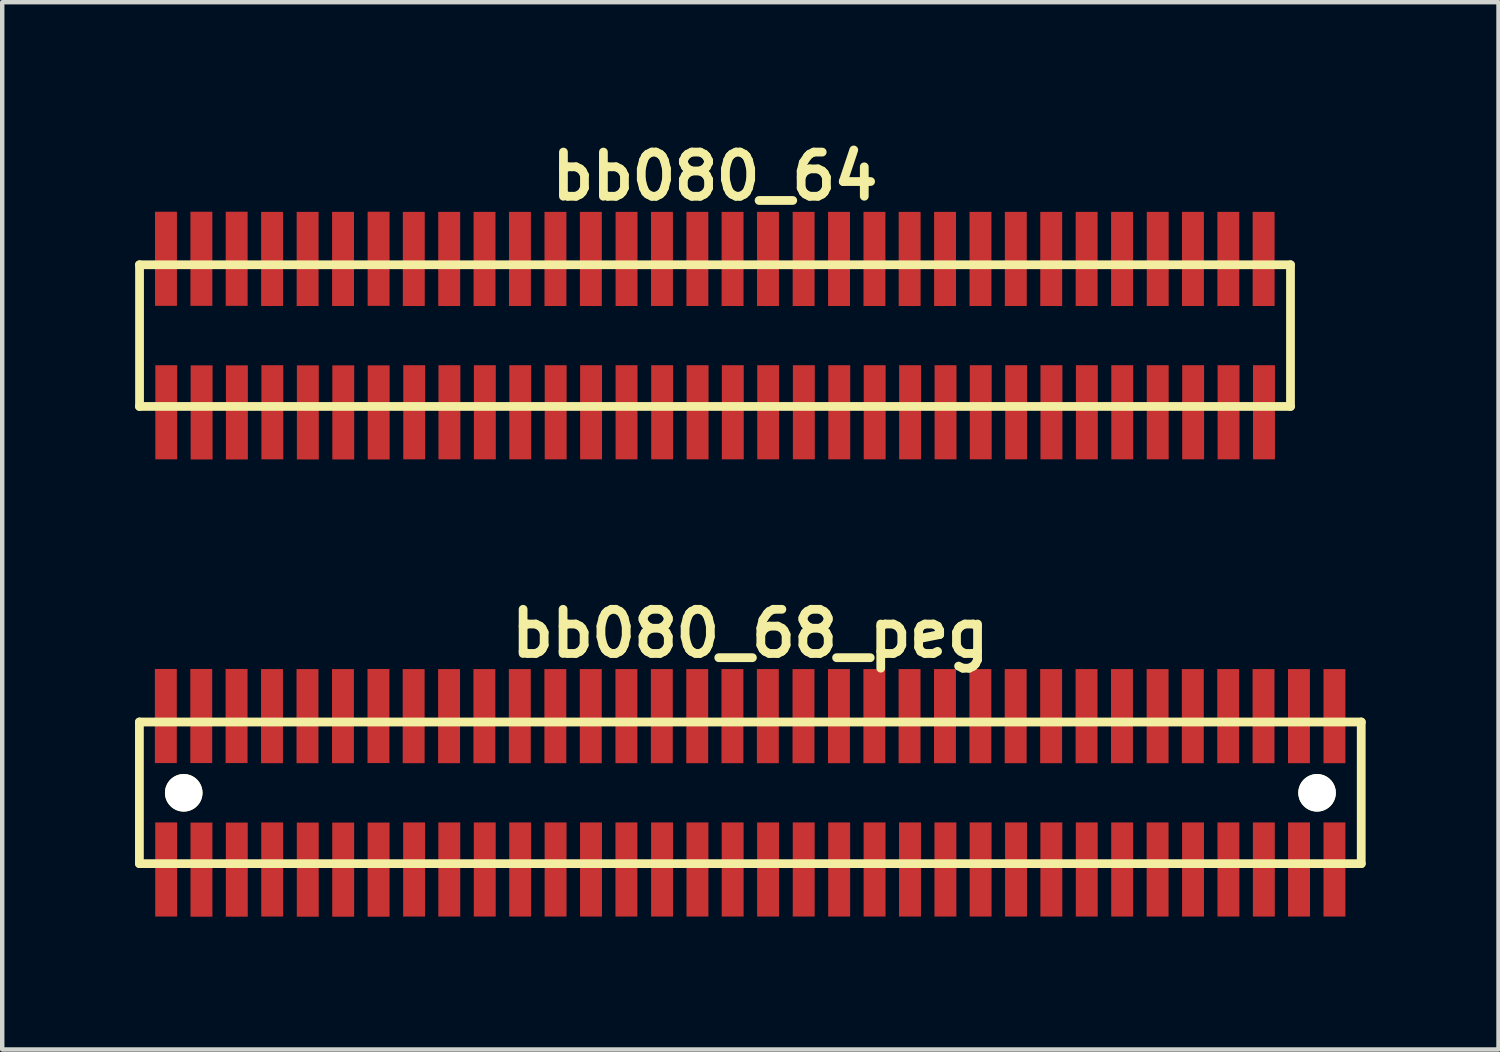
<source format=kicad_pcb>
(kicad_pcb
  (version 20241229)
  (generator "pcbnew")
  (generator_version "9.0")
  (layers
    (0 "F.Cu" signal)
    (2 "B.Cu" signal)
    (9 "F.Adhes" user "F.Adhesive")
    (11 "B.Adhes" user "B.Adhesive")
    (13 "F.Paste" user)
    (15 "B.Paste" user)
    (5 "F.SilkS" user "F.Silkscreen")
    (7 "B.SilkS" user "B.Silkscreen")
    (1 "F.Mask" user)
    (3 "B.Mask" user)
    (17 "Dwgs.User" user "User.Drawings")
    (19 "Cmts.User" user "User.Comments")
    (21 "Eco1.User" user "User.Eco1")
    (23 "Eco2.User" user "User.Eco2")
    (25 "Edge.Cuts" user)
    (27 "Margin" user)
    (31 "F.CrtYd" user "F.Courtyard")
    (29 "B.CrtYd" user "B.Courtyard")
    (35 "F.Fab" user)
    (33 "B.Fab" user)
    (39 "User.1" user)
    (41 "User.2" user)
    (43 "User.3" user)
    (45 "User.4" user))
  (footprint "bb080_64"
    (layer "F.Cu")
    (at 13.099 4.531)
    (property "Reference" "bb080_64" (at 0 -3.599 0) (layer "F.SilkS") (effects (font (size 0.998 0.998) (thickness 0.198))))
    (attr smd)
    (fp_line (start -13 1.6) (end 13.002 1.6) (stroke (width 0.198) (type solid)) (layer "F.SilkS"))
    (fp_line (start -12.997 -1.6) (end -12.997 1.6) (stroke (width 0.198) (type solid)) (layer "F.SilkS"))
    (fp_line (start 13.002 -1.6) (end -13 -1.6) (stroke (width 0.198) (type solid)) (layer "F.SilkS"))
    (fp_line (start 13.002 1.6) (end 13.002 -1.6) (stroke (width 0.198) (type solid)) (layer "F.SilkS"))
    (pad "1" smd rect (at -12.393 1.732) (size 0.495 2.126) (layers "F.Cu" "F.Mask" "F.Paste"))
    (pad "2" smd rect (at -12.4 -1.735) (size 0.495 2.126) (layers "F.Cu" "F.Mask" "F.Paste"))
    (pad "3" smd rect (at -11.595 1.735) (size 0.495 2.126) (layers "F.Cu" "F.Mask" "F.Paste"))
    (pad "4" smd rect (at -11.6 -1.735) (size 0.495 2.126) (layers "F.Cu" "F.Mask" "F.Paste"))
    (pad "5" smd rect (at -10.798 1.735) (size 0.495 2.126) (layers "F.Cu" "F.Mask" "F.Paste"))
    (pad "6" smd rect (at -10.803 -1.735) (size 0.495 2.126) (layers "F.Cu" "F.Mask" "F.Paste"))
    (pad "7" smd rect (at -9.997 1.732) (size 0.495 2.126) (layers "F.Cu" "F.Mask" "F.Paste"))
    (pad "8" smd rect (at -10.003 -1.732) (size 0.495 2.126) (layers "F.Cu" "F.Mask" "F.Paste"))
    (pad "9" smd rect (at -9.195 1.735) (size 0.495 2.126) (layers "F.Cu" "F.Mask" "F.Paste"))
    (pad "10" smd rect (at -9.2 -1.732) (size 0.495 2.126) (layers "F.Cu" "F.Mask" "F.Paste"))
    (pad "11" smd rect (at -8.395 1.735) (size 0.495 2.126) (layers "F.Cu" "F.Mask" "F.Paste"))
    (pad "12" smd rect (at -8.4 -1.732) (size 0.495 2.126) (layers "F.Cu" "F.Mask" "F.Paste"))
    (pad "13" smd rect (at -7.595 1.735) (size 0.495 2.126) (layers "F.Cu" "F.Mask" "F.Paste"))
    (pad "14" smd rect (at -7.597 -1.735) (size 0.495 2.126) (layers "F.Cu" "F.Mask" "F.Paste"))
    (pad "15" smd rect (at -6.792 1.732) (size 0.495 2.126) (layers "F.Cu" "F.Mask" "F.Paste"))
    (pad "16" smd rect (at -6.802 -1.732) (size 0.495 2.126) (layers "F.Cu" "F.Mask" "F.Paste"))
    (pad "17" smd rect (at -5.997 1.732) (size 0.495 2.126) (layers "F.Cu" "F.Mask" "F.Paste"))
    (pad "18" smd rect (at -6.002 -1.732) (size 0.495 2.126) (layers "F.Cu" "F.Mask" "F.Paste"))
    (pad "19" smd rect (at -5.197 1.732) (size 0.495 2.126) (layers "F.Cu" "F.Mask" "F.Paste"))
    (pad "20" smd rect (at -5.204 -1.732) (size 0.495 2.126) (layers "F.Cu" "F.Mask" "F.Paste"))
    (pad "21" smd rect (at -4.397 1.732) (size 0.495 2.126) (layers "F.Cu" "F.Mask" "F.Paste"))
    (pad "22" smd rect (at -4.404 -1.732) (size 0.495 2.126) (layers "F.Cu" "F.Mask" "F.Paste"))
    (pad "23" smd rect (at -3.597 1.732) (size 0.495 2.126) (layers "F.Cu" "F.Mask" "F.Paste"))
    (pad "24" smd rect (at -3.602 -1.732) (size 0.495 2.126) (layers "F.Cu" "F.Mask" "F.Paste"))
    (pad "25" smd rect (at -2.797 1.732) (size 0.495 2.126) (layers "F.Cu" "F.Mask" "F.Paste"))
    (pad "26" smd rect (at -2.802 -1.732) (size 0.495 2.126) (layers "F.Cu" "F.Mask" "F.Paste"))
    (pad "27" smd rect (at -1.996 1.732) (size 0.495 2.126) (layers "F.Cu" "F.Mask" "F.Paste"))
    (pad "28" smd rect (at -1.996 -1.732) (size 0.495 2.126) (layers "F.Cu" "F.Mask" "F.Paste"))
    (pad "29" smd rect (at -1.191 1.732) (size 0.495 2.126) (layers "F.Cu" "F.Mask" "F.Paste"))
    (pad "30" smd rect (at -1.196 -1.732) (size 0.495 2.126) (layers "F.Cu" "F.Mask" "F.Paste"))
    (pad "31" smd rect (at -0.391 1.732) (size 0.495 2.126) (layers "F.Cu" "F.Mask" "F.Paste"))
    (pad "32" smd rect (at -0.396 -1.732) (size 0.495 2.126) (layers "F.Cu" "F.Mask" "F.Paste"))
    (pad "33" smd rect (at 0.404 1.732) (size 0.495 2.126) (layers "F.Cu" "F.Mask" "F.Paste"))
    (pad "34" smd rect (at 0.399 -1.732) (size 0.495 2.126) (layers "F.Cu" "F.Mask" "F.Paste"))
    (pad "35" smd rect (at 1.204 1.732) (size 0.495 2.126) (layers "F.Cu" "F.Mask" "F.Paste"))
    (pad "36" smd rect (at 1.199 -1.732) (size 0.495 2.126) (layers "F.Cu" "F.Mask" "F.Paste"))
    (pad "37" smd rect (at 2.009 1.732) (size 0.495 2.126) (layers "F.Cu" "F.Mask" "F.Paste"))
    (pad "38" smd rect (at 2.004 -1.732) (size 0.495 2.126) (layers "F.Cu" "F.Mask" "F.Paste"))
    (pad "39" smd rect (at 2.809 1.732) (size 0.495 2.126) (layers "F.Cu" "F.Mask" "F.Paste"))
    (pad "40" smd rect (at 2.804 -1.732) (size 0.495 2.126) (layers "F.Cu" "F.Mask" "F.Paste"))
    (pad "41" smd rect (at 3.609 1.732) (size 0.495 2.126) (layers "F.Cu" "F.Mask" "F.Paste"))
    (pad "42" smd rect (at 3.604 -1.732) (size 0.495 2.126) (layers "F.Cu" "F.Mask" "F.Paste"))
    (pad "43" smd rect (at 4.409 1.732) (size 0.495 2.126) (layers "F.Cu" "F.Mask" "F.Paste"))
    (pad "44" smd rect (at 4.399 -1.732) (size 0.495 2.126) (layers "F.Cu" "F.Mask" "F.Paste"))
    (pad "45" smd rect (at 5.21 1.732) (size 0.495 2.126) (layers "F.Cu" "F.Mask" "F.Paste"))
    (pad "46" smd rect (at 5.199 -1.732) (size 0.495 2.126) (layers "F.Cu" "F.Mask" "F.Paste"))
    (pad "47" smd rect (at 6.005 1.732) (size 0.495 2.126) (layers "F.Cu" "F.Mask" "F.Paste"))
    (pad "48" smd rect (at 5.999 -1.732) (size 0.495 2.126) (layers "F.Cu" "F.Mask" "F.Paste"))
    (pad "49" smd rect (at 6.805 1.732) (size 0.495 2.126) (layers "F.Cu" "F.Mask" "F.Paste"))
    (pad "50" smd rect (at 6.797 -1.732) (size 0.495 2.126) (layers "F.Cu" "F.Mask" "F.Paste"))
    (pad "51" smd rect (at 7.602 1.732) (size 0.495 2.126) (layers "F.Cu" "F.Mask" "F.Paste"))
    (pad "52" smd rect (at 7.597 -1.732) (size 0.495 2.126) (layers "F.Cu" "F.Mask" "F.Paste"))
    (pad "53" smd rect (at 8.402 1.732) (size 0.495 2.126) (layers "F.Cu" "F.Mask" "F.Paste"))
    (pad "54" smd rect (at 8.397 -1.732) (size 0.495 2.126) (layers "F.Cu" "F.Mask" "F.Paste"))
    (pad "55" smd rect (at 9.202 1.732) (size 0.495 2.126) (layers "F.Cu" "F.Mask" "F.Paste"))
    (pad "56" smd rect (at 9.197 -1.732) (size 0.495 2.126) (layers "F.Cu" "F.Mask" "F.Paste"))
    (pad "57" smd rect (at 10.003 1.732) (size 0.495 2.126) (layers "F.Cu" "F.Mask" "F.Paste"))
    (pad "58" smd rect (at 10.003 -1.732) (size 0.495 2.126) (layers "F.Cu" "F.Mask" "F.Paste"))
    (pad "59" smd rect (at 10.803 1.732) (size 0.495 2.126) (layers "F.Cu" "F.Mask" "F.Paste"))
    (pad "60" smd rect (at 10.798 -1.732) (size 0.495 2.126) (layers "F.Cu" "F.Mask" "F.Paste"))
    (pad "61" smd rect (at 11.603 1.732) (size 0.495 2.126) (layers "F.Cu" "F.Mask" "F.Paste"))
    (pad "62" smd rect (at 11.598 -1.732) (size 0.495 2.126) (layers "F.Cu" "F.Mask" "F.Paste"))
    (pad "63" smd rect (at 12.403 1.732) (size 0.495 2.126) (layers "F.Cu" "F.Mask" "F.Paste"))
    (pad "64" smd rect (at 12.395 -1.732) (size 0.495 2.126) (layers "F.Cu" "F.Mask" "F.Paste")))
  (footprint "bb080_68_peg"
    (layer "F.Cu")
    (at 13.899 14.859)
    (property "Reference" "bb080_68_peg" (at 0 -3.599 0) (layer "F.SilkS") (effects (font (size 0.998 0.998) (thickness 0.198))))
    (attr smd)
    (fp_line (start -13.8 -1.6) (end -13.8 1.6) (stroke (width 0.198) (type solid)) (layer "F.SilkS"))
    (fp_line (start -13.8 1.6) (end 13.802 1.6) (stroke (width 0.198) (type solid)) (layer "F.SilkS"))
    (fp_line (start 13.8 1.6) (end 13.8 -1.6) (stroke (width 0.198) (type solid)) (layer "F.SilkS"))
    (fp_line (start 13.802 -1.6) (end -13.8 -1.6) (stroke (width 0.198) (type solid)) (layer "F.SilkS"))
    (pad "" np_thru_hole circle (at -12.799 0) (size 0.848 0.848) (drill 0.848) (layers "*.Cu" "*.Mask" "F.SilkS"))
    (pad "" np_thru_hole circle (at 12.802 0) (size 0.848 0.848) (drill 0.848) (layers "*.Cu" "*.Mask" "F.SilkS"))
    (pad "1" smd rect (at -13.195 1.732) (size 0.495 2.126) (layers "F.Cu" "F.Mask" "F.Paste"))
    (pad "2" smd rect (at -13.203 -1.735) (size 0.495 2.126) (layers "F.Cu" "F.Mask" "F.Paste"))
    (pad "3" smd rect (at -12.398 1.735) (size 0.495 2.126) (layers "F.Cu" "F.Mask" "F.Paste"))
    (pad "4" smd rect (at -12.403 -1.735) (size 0.495 2.126) (layers "F.Cu" "F.Mask" "F.Paste"))
    (pad "5" smd rect (at -11.6 1.735) (size 0.495 2.126) (layers "F.Cu" "F.Mask" "F.Paste"))
    (pad "6" smd rect (at -11.605 -1.735) (size 0.495 2.126) (layers "F.Cu" "F.Mask" "F.Paste"))
    (pad "7" smd rect (at -10.8 1.732) (size 0.495 2.126) (layers "F.Cu" "F.Mask" "F.Paste"))
    (pad "8" smd rect (at -10.805 -1.732) (size 0.495 2.126) (layers "F.Cu" "F.Mask" "F.Paste"))
    (pad "9" smd rect (at -9.997 1.735) (size 0.495 2.126) (layers "F.Cu" "F.Mask" "F.Paste"))
    (pad "10" smd rect (at -10.003 -1.732) (size 0.495 2.126) (layers "F.Cu" "F.Mask" "F.Paste"))
    (pad "11" smd rect (at -9.197 1.735) (size 0.495 2.126) (layers "F.Cu" "F.Mask" "F.Paste"))
    (pad "12" smd rect (at -9.202 -1.732) (size 0.495 2.126) (layers "F.Cu" "F.Mask" "F.Paste"))
    (pad "13" smd rect (at -8.397 1.735) (size 0.495 2.126) (layers "F.Cu" "F.Mask" "F.Paste"))
    (pad "14" smd rect (at -8.4 -1.735) (size 0.495 2.126) (layers "F.Cu" "F.Mask" "F.Paste"))
    (pad "15" smd rect (at -7.595 1.732) (size 0.495 2.126) (layers "F.Cu" "F.Mask" "F.Paste"))
    (pad "16" smd rect (at -7.605 -1.732) (size 0.495 2.126) (layers "F.Cu" "F.Mask" "F.Paste"))
    (pad "17" smd rect (at -6.8 1.732) (size 0.495 2.126) (layers "F.Cu" "F.Mask" "F.Paste"))
    (pad "18" smd rect (at -6.805 -1.732) (size 0.495 2.126) (layers "F.Cu" "F.Mask" "F.Paste"))
    (pad "19" smd rect (at -5.999 1.732) (size 0.495 2.126) (layers "F.Cu" "F.Mask" "F.Paste"))
    (pad "20" smd rect (at -6.007 -1.732) (size 0.495 2.126) (layers "F.Cu" "F.Mask" "F.Paste"))
    (pad "21" smd rect (at -5.199 1.732) (size 0.495 2.126) (layers "F.Cu" "F.Mask" "F.Paste"))
    (pad "22" smd rect (at -5.207 -1.732) (size 0.495 2.126) (layers "F.Cu" "F.Mask" "F.Paste"))
    (pad "23" smd rect (at -4.399 1.732) (size 0.495 2.126) (layers "F.Cu" "F.Mask" "F.Paste"))
    (pad "24" smd rect (at -4.404 -1.732) (size 0.495 2.126) (layers "F.Cu" "F.Mask" "F.Paste"))
    (pad "25" smd rect (at -3.599 1.732) (size 0.495 2.126) (layers "F.Cu" "F.Mask" "F.Paste"))
    (pad "26" smd rect (at -3.604 -1.732) (size 0.495 2.126) (layers "F.Cu" "F.Mask" "F.Paste"))
    (pad "27" smd rect (at -2.799 1.732) (size 0.495 2.126) (layers "F.Cu" "F.Mask" "F.Paste"))
    (pad "28" smd rect (at -2.799 -1.732) (size 0.495 2.126) (layers "F.Cu" "F.Mask" "F.Paste"))
    (pad "29" smd rect (at -1.994 1.732) (size 0.495 2.126) (layers "F.Cu" "F.Mask" "F.Paste"))
    (pad "30" smd rect (at -1.999 -1.732) (size 0.495 2.126) (layers "F.Cu" "F.Mask" "F.Paste"))
    (pad "31" smd rect (at -1.194 1.732) (size 0.495 2.126) (layers "F.Cu" "F.Mask" "F.Paste"))
    (pad "32" smd rect (at -1.199 -1.732) (size 0.495 2.126) (layers "F.Cu" "F.Mask" "F.Paste"))
    (pad "33" smd rect (at -0.399 1.732) (size 0.495 2.126) (layers "F.Cu" "F.Mask" "F.Paste"))
    (pad "34" smd rect (at -0.404 -1.732) (size 0.495 2.126) (layers "F.Cu" "F.Mask" "F.Paste"))
    (pad "35" smd rect (at 0.401 1.732) (size 0.495 2.126) (layers "F.Cu" "F.Mask" "F.Paste"))
    (pad "36" smd rect (at 0.396 -1.732) (size 0.495 2.126) (layers "F.Cu" "F.Mask" "F.Paste"))
    (pad "37" smd rect (at 1.206 1.732) (size 0.495 2.126) (layers "F.Cu" "F.Mask" "F.Paste"))
    (pad "38" smd rect (at 1.201 -1.732) (size 0.495 2.126) (layers "F.Cu" "F.Mask" "F.Paste"))
    (pad "39" smd rect (at 2.007 1.732) (size 0.495 2.126) (layers "F.Cu" "F.Mask" "F.Paste"))
    (pad "40" smd rect (at 2.002 -1.732) (size 0.495 2.126) (layers "F.Cu" "F.Mask" "F.Paste"))
    (pad "41" smd rect (at 2.807 1.732) (size 0.495 2.126) (layers "F.Cu" "F.Mask" "F.Paste"))
    (pad "42" smd rect (at 2.802 -1.732) (size 0.495 2.126) (layers "F.Cu" "F.Mask" "F.Paste"))
    (pad "43" smd rect (at 3.607 1.732) (size 0.495 2.126) (layers "F.Cu" "F.Mask" "F.Paste"))
    (pad "44" smd rect (at 3.597 -1.732) (size 0.495 2.126) (layers "F.Cu" "F.Mask" "F.Paste"))
    (pad "45" smd rect (at 4.407 1.732) (size 0.495 2.126) (layers "F.Cu" "F.Mask" "F.Paste"))
    (pad "46" smd rect (at 4.397 -1.732) (size 0.495 2.126) (layers "F.Cu" "F.Mask" "F.Paste"))
    (pad "47" smd rect (at 5.202 1.732) (size 0.495 2.126) (layers "F.Cu" "F.Mask" "F.Paste"))
    (pad "48" smd rect (at 5.197 -1.732) (size 0.495 2.126) (layers "F.Cu" "F.Mask" "F.Paste"))
    (pad "49" smd rect (at 6.002 1.732) (size 0.495 2.126) (layers "F.Cu" "F.Mask" "F.Paste"))
    (pad "50" smd rect (at 5.994 -1.732) (size 0.495 2.126) (layers "F.Cu" "F.Mask" "F.Paste"))
    (pad "51" smd rect (at 6.8 1.732) (size 0.495 2.126) (layers "F.Cu" "F.Mask" "F.Paste"))
    (pad "52" smd rect (at 6.795 -1.732) (size 0.495 2.126) (layers "F.Cu" "F.Mask" "F.Paste"))
    (pad "53" smd rect (at 7.6 1.732) (size 0.495 2.126) (layers "F.Cu" "F.Mask" "F.Paste"))
    (pad "54" smd rect (at 7.595 -1.732) (size 0.495 2.126) (layers "F.Cu" "F.Mask" "F.Paste"))
    (pad "55" smd rect (at 8.4 1.732) (size 0.495 2.126) (layers "F.Cu" "F.Mask" "F.Paste"))
    (pad "56" smd rect (at 8.395 -1.732) (size 0.495 2.126) (layers "F.Cu" "F.Mask" "F.Paste"))
    (pad "57" smd rect (at 9.2 1.732) (size 0.495 2.126) (layers "F.Cu" "F.Mask" "F.Paste"))
    (pad "58" smd rect (at 9.2 -1.732) (size 0.495 2.126) (layers "F.Cu" "F.Mask" "F.Paste"))
    (pad "59" smd rect (at 10 1.732) (size 0.495 2.126) (layers "F.Cu" "F.Mask" "F.Paste"))
    (pad "60" smd rect (at 9.995 -1.732) (size 0.495 2.126) (layers "F.Cu" "F.Mask" "F.Paste"))
    (pad "61" smd rect (at 10.8 1.732) (size 0.495 2.126) (layers "F.Cu" "F.Mask" "F.Paste"))
    (pad "62" smd rect (at 10.795 -1.732) (size 0.495 2.126) (layers "F.Cu" "F.Mask" "F.Paste"))
    (pad "63" smd rect (at 11.6 1.732) (size 0.495 2.126) (layers "F.Cu" "F.Mask" "F.Paste"))
    (pad "64" smd rect (at 11.593 -1.732) (size 0.495 2.126) (layers "F.Cu" "F.Mask" "F.Paste"))
    (pad "65" smd rect (at 12.395 1.732) (size 0.495 2.126) (layers "F.Cu" "F.Mask" "F.Paste"))
    (pad "66" smd rect (at 12.393 -1.732) (size 0.495 2.126) (layers "F.Cu" "F.Mask" "F.Paste"))
    (pad "67" smd rect (at 13.195 1.732) (size 0.495 2.126) (layers "F.Cu" "F.Mask" "F.Paste"))
    (pad "68" smd rect (at 13.195 -1.732) (size 0.495 2.126) (layers "F.Cu" "F.Mask" "F.Paste")))
  (gr_rect
    (start -3 -3)
    (end 30.8 20.657)
    (stroke (width 0.1) (type default))
    (fill no)
    (layer "Edge.Cuts")))
</source>
